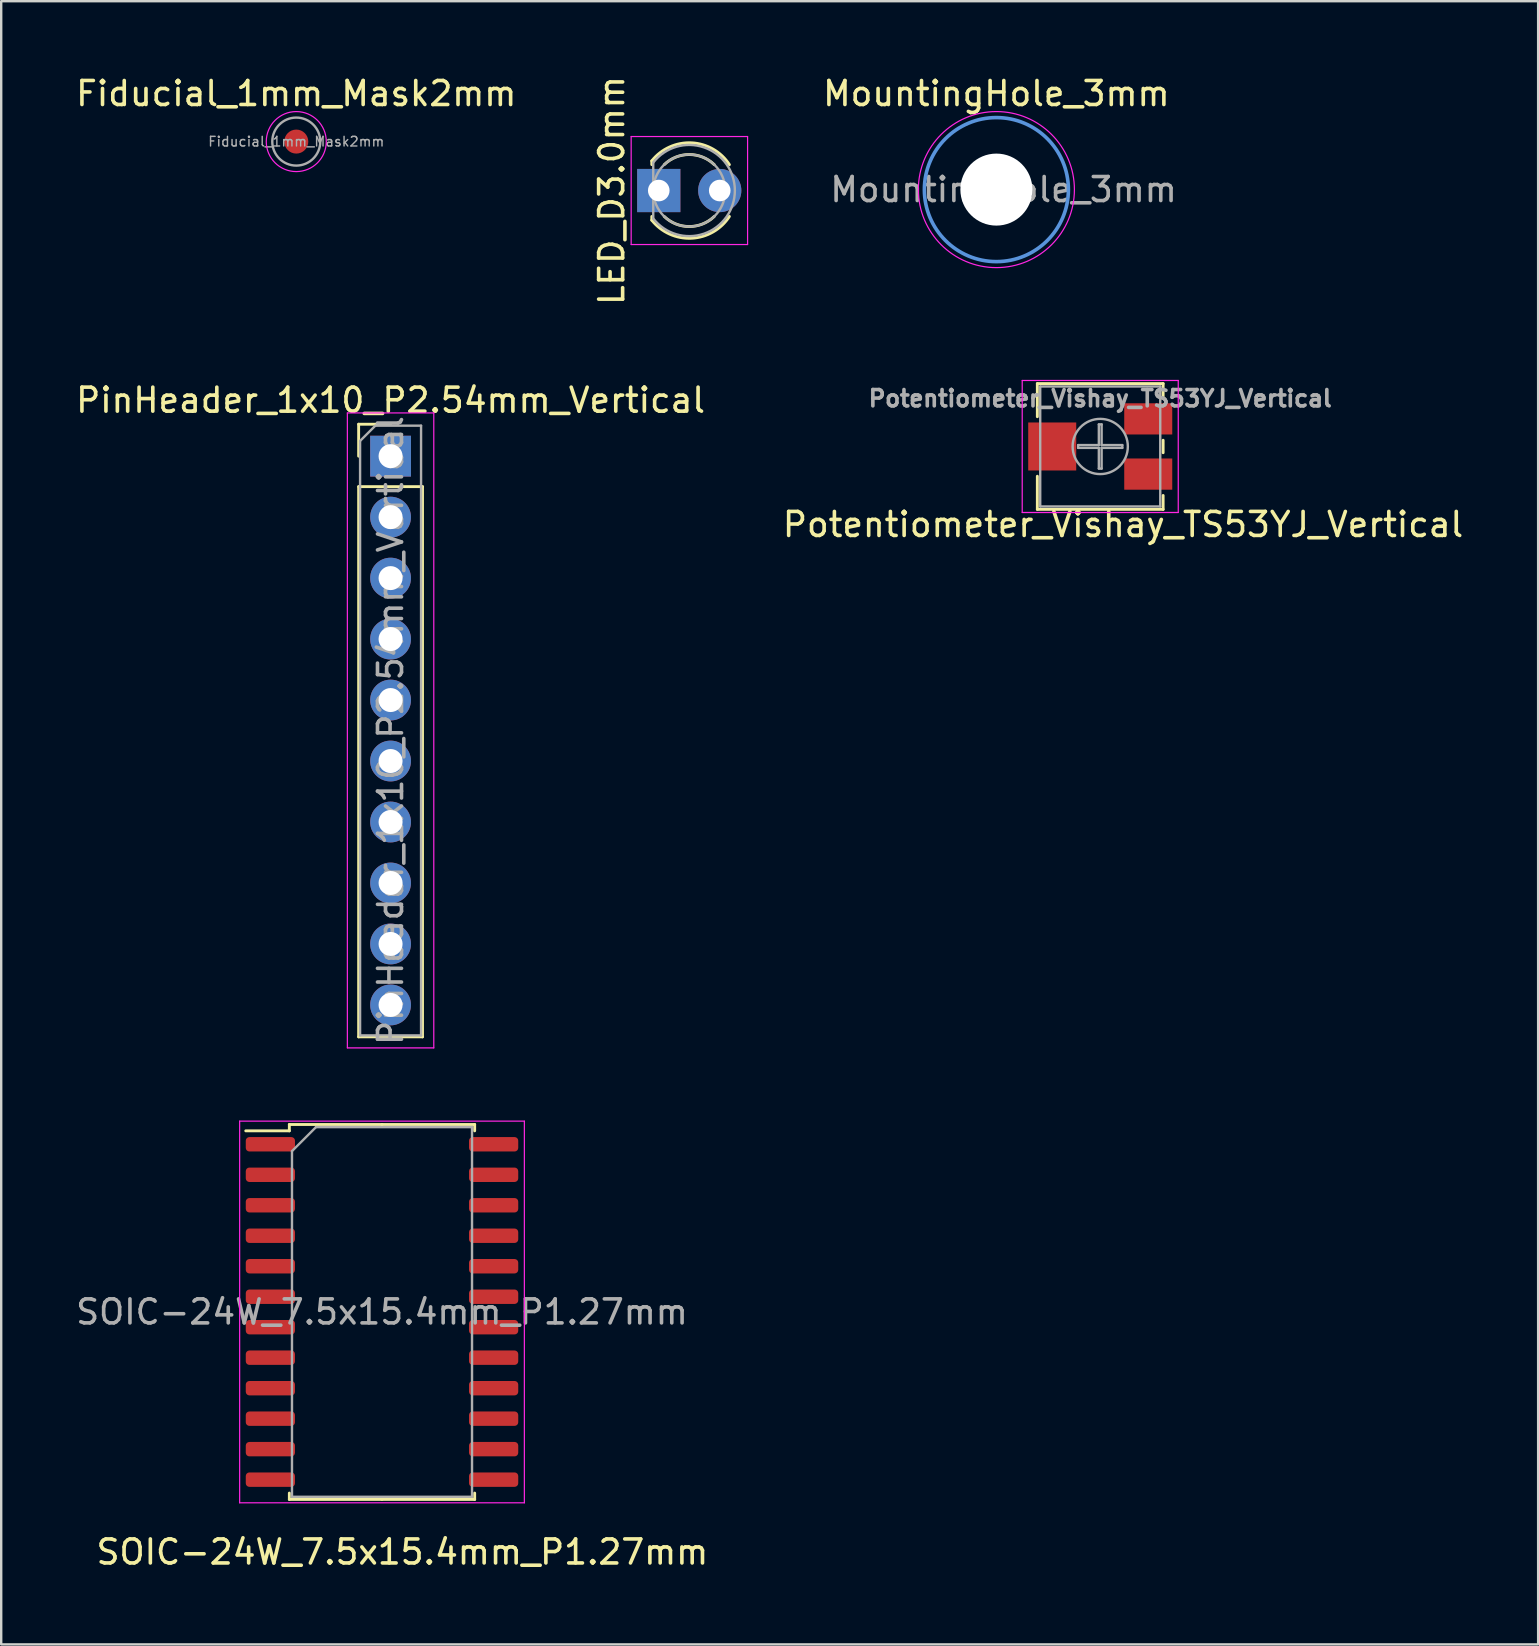
<source format=kicad_pcb>
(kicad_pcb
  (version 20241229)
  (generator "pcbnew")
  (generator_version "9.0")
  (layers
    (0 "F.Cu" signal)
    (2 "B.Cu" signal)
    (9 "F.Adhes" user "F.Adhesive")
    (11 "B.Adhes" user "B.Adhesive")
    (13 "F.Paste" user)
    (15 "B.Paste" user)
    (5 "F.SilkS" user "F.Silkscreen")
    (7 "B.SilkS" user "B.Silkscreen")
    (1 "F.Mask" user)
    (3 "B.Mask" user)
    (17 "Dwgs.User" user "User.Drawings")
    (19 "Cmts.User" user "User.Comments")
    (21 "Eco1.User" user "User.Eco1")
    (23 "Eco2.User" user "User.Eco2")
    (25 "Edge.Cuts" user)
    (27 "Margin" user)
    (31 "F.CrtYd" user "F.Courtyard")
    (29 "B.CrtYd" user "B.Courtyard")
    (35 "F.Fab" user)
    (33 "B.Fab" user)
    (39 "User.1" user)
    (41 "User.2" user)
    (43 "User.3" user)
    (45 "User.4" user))
  (footprint "LED_D3.0mm"
    (layer "F.Cu")
    (at 24.392 4.887)
    (property "Reference" "LED_D3.0mm" (at -1.96 0 90) (layer "F.SilkS") (effects (font (size 1 1) (thickness 0.15))))
    (attr through_hole)
    (fp_line (start -0.29 -1.236) (end -0.29 -1.08) (stroke (width 0.12) (type solid)) (layer "F.SilkS"))
    (fp_line (start -0.29 1.08) (end -0.29 1.236) (stroke (width 0.12) (type solid)) (layer "F.SilkS"))
    (fp_arc (start -0.29 -1.235516) (mid 1.366487 -1.987659) (end 2.942335 -1.078608) (stroke (width 0.12) (type solid)) (layer "F.SilkS"))
    (fp_arc (start 0.229039 -1.08) (mid 1.270117 -1.5) (end 2.31113 -1.079837) (stroke (width 0.12) (type solid)) (layer "F.SilkS"))
    (fp_arc (start 2.31113 1.079837) (mid 1.270117 1.5) (end 0.229039 1.08) (stroke (width 0.12) (type solid)) (layer "F.SilkS"))
    (fp_arc (start 2.942335 1.078608) (mid 1.366487 1.987659) (end -0.29 1.235516) (stroke (width 0.12) (type solid)) (layer "F.SilkS"))
    (fp_line (start -1.15 -2.25) (end -1.15 2.25) (stroke (width 0.05) (type solid)) (layer "F.CrtYd"))
    (fp_line (start -1.15 2.25) (end 3.7 2.25) (stroke (width 0.05) (type solid)) (layer "F.CrtYd"))
    (fp_line (start 3.7 -2.25) (end -1.15 -2.25) (stroke (width 0.05) (type solid)) (layer "F.CrtYd"))
    (fp_line (start 3.7 2.25) (end 3.7 -2.25) (stroke (width 0.05) (type solid)) (layer "F.CrtYd"))
    (fp_line (start -0.23 -1.166) (end -0.23 1.166) (stroke (width 0.1) (type solid)) (layer "F.Fab"))
    (fp_arc (start -0.23 -1.16619) (mid 3.17 0.000452) (end -0.230555 1.165476) (stroke (width 0.1) (type solid)) (layer "F.Fab"))
    (fp_circle (center 1.27 0) (end 2.77 0) (stroke (width 0.1) (type solid)) (fill no) (layer "F.Fab"))
    (pad "1" thru_hole rect (at 0 0) (size 1.8 1.8) (drill 0.9) (layers "*.Cu" "*.Mask"))
    (pad "2" thru_hole circle (at 2.54 0) (size 1.8 1.8) (drill 0.9) (layers "*.Cu" "*.Mask")))
  (footprint "MountingHole_3mm"
    (layer "F.Cu")
    (at 38.456 4.848)
    (property "Reference" "MountingHole_3mm" (at 0 -4 0) (layer "F.SilkS") (effects (font (size 1 1) (thickness 0.15))))
    (attr exclude_from_pos_files exclude_from_bom)
    (fp_circle (center 0 0) (end 3 0) (stroke (width 0.15) (type solid)) (fill no) (layer "Cmts.User"))
    (fp_circle (center 0 0) (end 3.25 0) (stroke (width 0.05) (type solid)) (fill no) (layer "F.CrtYd"))
    (fp_text user "${REFERENCE}" (at 0.3 0 0) (layer "F.Fab") (effects (font (size 1 1) (thickness 0.15))))
    (pad "" np_thru_hole circle (at 0 0) (size 3 3) (drill 3) (layers "*.Cu" "*.Mask")))
  (footprint "Potentiometer_Vishay_TS53YJ_Vertical"
    (layer "F.Cu")
    (at 42.782 15.549)
    (property "Reference" "Potentiometer_Vishay_TS53YJ_Vertical" (at 0.95 3.25 180) (layer "F.SilkS") (effects (font (size 1 1) (thickness 0.15))))
    (attr smd)
    (fp_line (start -2.62 -2.62) (end -2.62 -1.24) (stroke (width 0.12) (type solid)) (layer "F.SilkS"))
    (fp_line (start -2.62 -2.62) (end 2.62 -2.62) (stroke (width 0.12) (type solid)) (layer "F.SilkS"))
    (fp_line (start -2.62 1.24) (end -2.62 2.62) (stroke (width 0.12) (type solid)) (layer "F.SilkS"))
    (fp_line (start -2.62 2.62) (end 2.62 2.62) (stroke (width 0.12) (type solid)) (layer "F.SilkS"))
    (fp_line (start 2.62 -2.62) (end 2.62 -2.039) (stroke (width 0.12) (type solid)) (layer "F.SilkS"))
    (fp_line (start 2.62 -0.26) (end 2.62 0.26) (stroke (width 0.12) (type solid)) (layer "F.SilkS"))
    (fp_line (start 2.62 2.04) (end 2.62 2.62) (stroke (width 0.12) (type solid)) (layer "F.SilkS"))
    (fp_line (start -3.25 -2.75) (end -3.25 2.75) (stroke (width 0.05) (type solid)) (layer "F.CrtYd"))
    (fp_line (start -3.25 2.75) (end 3.25 2.75) (stroke (width 0.05) (type solid)) (layer "F.CrtYd"))
    (fp_line (start 3.25 -2.75) (end -3.25 -2.75) (stroke (width 0.05) (type solid)) (layer "F.CrtYd"))
    (fp_line (start 3.25 2.75) (end 3.25 -2.75) (stroke (width 0.05) (type solid)) (layer "F.CrtYd"))
    (fp_line (start -2.5 -2.5) (end -2.5 2.5) (stroke (width 0.1) (type solid)) (layer "F.Fab"))
    (fp_line (start -2.5 2.5) (end 2.5 2.5) (stroke (width 0.1) (type solid)) (layer "F.Fab"))
    (fp_line (start -0.92 -0.058) (end -0.058 -0.058) (stroke (width 0.1) (type solid)) (layer "F.Fab"))
    (fp_line (start -0.92 0.058) (end -0.92 -0.058) (stroke (width 0.1) (type solid)) (layer "F.Fab"))
    (fp_line (start -0.058 -0.92) (end 0.058 -0.92) (stroke (width 0.1) (type solid)) (layer "F.Fab"))
    (fp_line (start -0.058 -0.058) (end -0.058 -0.92) (stroke (width 0.1) (type solid)) (layer "F.Fab"))
    (fp_line (start -0.058 0.058) (end -0.92 0.058) (stroke (width 0.1) (type solid)) (layer "F.Fab"))
    (fp_line (start -0.058 0.92) (end -0.058 0.058) (stroke (width 0.1) (type solid)) (layer "F.Fab"))
    (fp_line (start 0.058 -0.92) (end 0.058 -0.058) (stroke (width 0.1) (type solid)) (layer "F.Fab"))
    (fp_line (start 0.058 -0.058) (end 0.92 -0.058) (stroke (width 0.1) (type solid)) (layer "F.Fab"))
    (fp_line (start 0.058 0.058) (end 0.058 0.92) (stroke (width 0.1) (type solid)) (layer "F.Fab"))
    (fp_line (start 0.058 0.92) (end -0.058 0.92) (stroke (width 0.1) (type solid)) (layer "F.Fab"))
    (fp_line (start 0.92 -0.058) (end 0.92 0.058) (stroke (width 0.1) (type solid)) (layer "F.Fab"))
    (fp_line (start 0.92 0.058) (end 0.058 0.058) (stroke (width 0.1) (type solid)) (layer "F.Fab"))
    (fp_line (start 2.5 -2.5) (end -2.5 -2.5) (stroke (width 0.1) (type solid)) (layer "F.Fab"))
    (fp_line (start 2.5 2.5) (end 2.5 -2.5) (stroke (width 0.1) (type solid)) (layer "F.Fab"))
    (fp_circle (center 0 0) (end 1.15 0) (stroke (width 0.1) (type solid)) (fill no) (layer "F.Fab"))
    (fp_text user "${REFERENCE}" (at 0 -2 180) (layer "F.Fab") (effects (font (size 0.68 0.68) (thickness 0.15))))
    (pad "1" smd rect (at 2 -1.15) (size 2 1.3) (layers "F.Cu" "F.Mask" "F.Paste"))
    (pad "2" smd rect (at -2 0) (size 2 2) (layers "F.Cu" "F.Mask" "F.Paste"))
    (pad "3" smd rect (at 2 1.15) (size 2 1.3) (layers "F.Cu" "F.Mask" "F.Paste")))
  (footprint "PinHeader_1x10_P2.54mm_Vertical"
    (layer "F.Cu")
    (at 13.22 15.952)
    (property "Reference" "PinHeader_1x10_P2.54mm_Vertical" (at 0 -2.33 0) (layer "F.SilkS") (effects (font (size 1 1) (thickness 0.15))))
    (attr through_hole)
    (fp_line (start -1.33 -1.33) (end 0 -1.33) (stroke (width 0.12) (type solid)) (layer "F.SilkS"))
    (fp_line (start -1.33 0) (end -1.33 -1.33) (stroke (width 0.12) (type solid)) (layer "F.SilkS"))
    (fp_line (start -1.33 1.27) (end -1.33 24.19) (stroke (width 0.12) (type solid)) (layer "F.SilkS"))
    (fp_line (start -1.33 1.27) (end 1.33 1.27) (stroke (width 0.12) (type solid)) (layer "F.SilkS"))
    (fp_line (start -1.33 24.19) (end 1.33 24.19) (stroke (width 0.12) (type solid)) (layer "F.SilkS"))
    (fp_line (start 1.33 1.27) (end 1.33 24.19) (stroke (width 0.12) (type solid)) (layer "F.SilkS"))
    (fp_line (start -1.8 -1.8) (end -1.8 24.65) (stroke (width 0.05) (type solid)) (layer "F.CrtYd"))
    (fp_line (start -1.8 24.65) (end 1.8 24.65) (stroke (width 0.05) (type solid)) (layer "F.CrtYd"))
    (fp_line (start 1.8 -1.8) (end -1.8 -1.8) (stroke (width 0.05) (type solid)) (layer "F.CrtYd"))
    (fp_line (start 1.8 24.65) (end 1.8 -1.8) (stroke (width 0.05) (type solid)) (layer "F.CrtYd"))
    (fp_line (start -1.27 -0.635) (end -0.635 -1.27) (stroke (width 0.1) (type solid)) (layer "F.Fab"))
    (fp_line (start -1.27 24.13) (end -1.27 -0.635) (stroke (width 0.1) (type solid)) (layer "F.Fab"))
    (fp_line (start -0.635 -1.27) (end 1.27 -1.27) (stroke (width 0.1) (type solid)) (layer "F.Fab"))
    (fp_line (start 1.27 -1.27) (end 1.27 24.13) (stroke (width 0.1) (type solid)) (layer "F.Fab"))
    (fp_line (start 1.27 24.13) (end -1.27 24.13) (stroke (width 0.1) (type solid)) (layer "F.Fab"))
    (fp_text user "${REFERENCE}" (at 0 11.43 90) (layer "F.Fab") (effects (font (size 1 1) (thickness 0.15))))
    (pad "1" thru_hole rect (at 0 0) (size 1.7 1.7) (drill 1) (layers "*.Cu" "*.Mask"))
    (pad "2" thru_hole oval (at 0 2.54) (size 1.7 1.7) (drill 1) (layers "*.Cu" "*.Mask"))
    (pad "3" thru_hole oval (at 0 5.08) (size 1.7 1.7) (drill 1) (layers "*.Cu" "*.Mask"))
    (pad "4" thru_hole oval (at 0 7.62) (size 1.7 1.7) (drill 1) (layers "*.Cu" "*.Mask"))
    (pad "5" thru_hole oval (at 0 10.16) (size 1.7 1.7) (drill 1) (layers "*.Cu" "*.Mask"))
    (pad "6" thru_hole oval (at 0 12.7) (size 1.7 1.7) (drill 1) (layers "*.Cu" "*.Mask"))
    (pad "7" thru_hole oval (at 0 15.24) (size 1.7 1.7) (drill 1) (layers "*.Cu" "*.Mask"))
    (pad "8" thru_hole oval (at 0 17.78) (size 1.7 1.7) (drill 1) (layers "*.Cu" "*.Mask"))
    (pad "9" thru_hole oval (at 0 20.32) (size 1.7 1.7) (drill 1) (layers "*.Cu" "*.Mask"))
    (pad "10" thru_hole oval (at 0 22.86) (size 1.7 1.7) (drill 1) (layers "*.Cu" "*.Mask")))
  (footprint "SOIC-24W_7.5x15.4mm_P1.27mm"
    (layer "F.Cu")
    (at 12.863 51.602)
    (property "Reference" "SOIC-24W_7.5x15.4mm_P1.27mm" (at 0.85 10 0) (layer "F.SilkS") (effects (font (size 1 1) (thickness 0.15))))
    (attr smd)
    (fp_line (start -3.86 -7.81) (end -3.86 -7.545) (stroke (width 0.12) (type solid)) (layer "F.SilkS"))
    (fp_line (start -3.86 -7.545) (end -5.675 -7.545) (stroke (width 0.12) (type solid)) (layer "F.SilkS"))
    (fp_line (start -3.86 7.81) (end -3.86 7.545) (stroke (width 0.12) (type solid)) (layer "F.SilkS"))
    (fp_line (start 0 -7.81) (end -3.86 -7.81) (stroke (width 0.12) (type solid)) (layer "F.SilkS"))
    (fp_line (start 0 -7.81) (end 3.86 -7.81) (stroke (width 0.12) (type solid)) (layer "F.SilkS"))
    (fp_line (start 0 7.81) (end -3.86 7.81) (stroke (width 0.12) (type solid)) (layer "F.SilkS"))
    (fp_line (start 0 7.81) (end 3.86 7.81) (stroke (width 0.12) (type solid)) (layer "F.SilkS"))
    (fp_line (start 3.86 -7.81) (end 3.86 -7.545) (stroke (width 0.12) (type solid)) (layer "F.SilkS"))
    (fp_line (start 3.86 7.81) (end 3.86 7.545) (stroke (width 0.12) (type solid)) (layer "F.SilkS"))
    (fp_line (start -5.93 -7.95) (end -5.93 7.95) (stroke (width 0.05) (type solid)) (layer "F.CrtYd"))
    (fp_line (start -5.93 7.95) (end 5.93 7.95) (stroke (width 0.05) (type solid)) (layer "F.CrtYd"))
    (fp_line (start 5.93 -7.95) (end -5.93 -7.95) (stroke (width 0.05) (type solid)) (layer "F.CrtYd"))
    (fp_line (start 5.93 7.95) (end 5.93 -7.95) (stroke (width 0.05) (type solid)) (layer "F.CrtYd"))
    (fp_line (start -3.75 -6.7) (end -2.75 -7.7) (stroke (width 0.1) (type solid)) (layer "F.Fab"))
    (fp_line (start -3.75 7.7) (end -3.75 -6.7) (stroke (width 0.1) (type solid)) (layer "F.Fab"))
    (fp_line (start -2.75 -7.7) (end 3.75 -7.7) (stroke (width 0.1) (type solid)) (layer "F.Fab"))
    (fp_line (start 3.75 -7.7) (end 3.75 7.7) (stroke (width 0.1) (type solid)) (layer "F.Fab"))
    (fp_line (start 3.75 7.7) (end -3.75 7.7) (stroke (width 0.1) (type solid)) (layer "F.Fab"))
    (fp_text user "${REFERENCE}" (at 0 0 0) (layer "F.Fab") (effects (font (size 1 1) (thickness 0.15))))
    (pad "1" smd roundrect (at -4.65 -6.985) (size 2.05 0.6) (layers "F.Cu" "F.Mask" "F.Paste") (roundrect_rratio 0.25))
    (pad "2" smd roundrect (at -4.65 -5.715) (size 2.05 0.6) (layers "F.Cu" "F.Mask" "F.Paste") (roundrect_rratio 0.25))
    (pad "3" smd roundrect (at -4.65 -4.445) (size 2.05 0.6) (layers "F.Cu" "F.Mask" "F.Paste") (roundrect_rratio 0.25))
    (pad "4" smd roundrect (at -4.65 -3.175) (size 2.05 0.6) (layers "F.Cu" "F.Mask" "F.Paste") (roundrect_rratio 0.25))
    (pad "5" smd roundrect (at -4.65 -1.905) (size 2.05 0.6) (layers "F.Cu" "F.Mask" "F.Paste") (roundrect_rratio 0.25))
    (pad "6" smd roundrect (at -4.65 -0.635) (size 2.05 0.6) (layers "F.Cu" "F.Mask" "F.Paste") (roundrect_rratio 0.25))
    (pad "7" smd roundrect (at -4.65 0.635) (size 2.05 0.6) (layers "F.Cu" "F.Mask" "F.Paste") (roundrect_rratio 0.25))
    (pad "8" smd roundrect (at -4.65 1.905) (size 2.05 0.6) (layers "F.Cu" "F.Mask" "F.Paste") (roundrect_rratio 0.25))
    (pad "9" smd roundrect (at -4.65 3.175) (size 2.05 0.6) (layers "F.Cu" "F.Mask" "F.Paste") (roundrect_rratio 0.25))
    (pad "10" smd roundrect (at -4.65 4.445) (size 2.05 0.6) (layers "F.Cu" "F.Mask" "F.Paste") (roundrect_rratio 0.25))
    (pad "11" smd roundrect (at -4.65 5.715) (size 2.05 0.6) (layers "F.Cu" "F.Mask" "F.Paste") (roundrect_rratio 0.25))
    (pad "12" smd roundrect (at -4.65 6.985) (size 2.05 0.6) (layers "F.Cu" "F.Mask" "F.Paste") (roundrect_rratio 0.25))
    (pad "13" smd roundrect (at 4.65 6.985) (size 2.05 0.6) (layers "F.Cu" "F.Mask" "F.Paste") (roundrect_rratio 0.25))
    (pad "14" smd roundrect (at 4.65 5.715) (size 2.05 0.6) (layers "F.Cu" "F.Mask" "F.Paste") (roundrect_rratio 0.25))
    (pad "15" smd roundrect (at 4.65 4.445) (size 2.05 0.6) (layers "F.Cu" "F.Mask" "F.Paste") (roundrect_rratio 0.25))
    (pad "16" smd roundrect (at 4.65 3.175) (size 2.05 0.6) (layers "F.Cu" "F.Mask" "F.Paste") (roundrect_rratio 0.25))
    (pad "17" smd roundrect (at 4.65 1.905) (size 2.05 0.6) (layers "F.Cu" "F.Mask" "F.Paste") (roundrect_rratio 0.25))
    (pad "18" smd roundrect (at 4.65 0.635) (size 2.05 0.6) (layers "F.Cu" "F.Mask" "F.Paste") (roundrect_rratio 0.25))
    (pad "19" smd roundrect (at 4.65 -0.635) (size 2.05 0.6) (layers "F.Cu" "F.Mask" "F.Paste") (roundrect_rratio 0.25))
    (pad "20" smd roundrect (at 4.65 -1.905) (size 2.05 0.6) (layers "F.Cu" "F.Mask" "F.Paste") (roundrect_rratio 0.25))
    (pad "21" smd roundrect (at 4.65 -3.175) (size 2.05 0.6) (layers "F.Cu" "F.Mask" "F.Paste") (roundrect_rratio 0.25))
    (pad "22" smd roundrect (at 4.65 -4.445) (size 2.05 0.6) (layers "F.Cu" "F.Mask" "F.Paste") (roundrect_rratio 0.25))
    (pad "23" smd roundrect (at 4.65 -5.715) (size 2.05 0.6) (layers "F.Cu" "F.Mask" "F.Paste") (roundrect_rratio 0.25))
    (pad "24" smd roundrect (at 4.65 -6.985) (size 2.05 0.6) (layers "F.Cu" "F.Mask" "F.Paste") (roundrect_rratio 0.25)))
  (footprint "Fiducial_1mm_Mask2mm"
    (layer "F.Cu")
    (at 9.292 2.848)
    (property "Reference" "Fiducial_1mm_Mask2mm" (at 0 -2 0) (layer "F.SilkS") (effects (font (size 1 1) (thickness 0.15))))
    (attr smd)
    (fp_circle (center 0 0) (end 1.25 0) (stroke (width 0.05) (type solid)) (fill no) (layer "F.CrtYd"))
    (fp_circle (center 0 0) (end 1 0) (stroke (width 0.1) (type solid)) (fill no) (layer "F.Fab"))
    (fp_text user "${REFERENCE}" (at 0 0 0) (layer "F.Fab") (effects (font (size 0.4 0.4) (thickness 0.06))))
    (pad "" smd circle (at 0 0) (size 1 1) (layers "F.Cu" "F.Mask")))
  (gr_rect
    (start -3 -3)
    (end 61.024 65.45)
    (stroke (width 0.1) (type default))
    (fill no)
    (layer "Edge.Cuts")))
</source>
